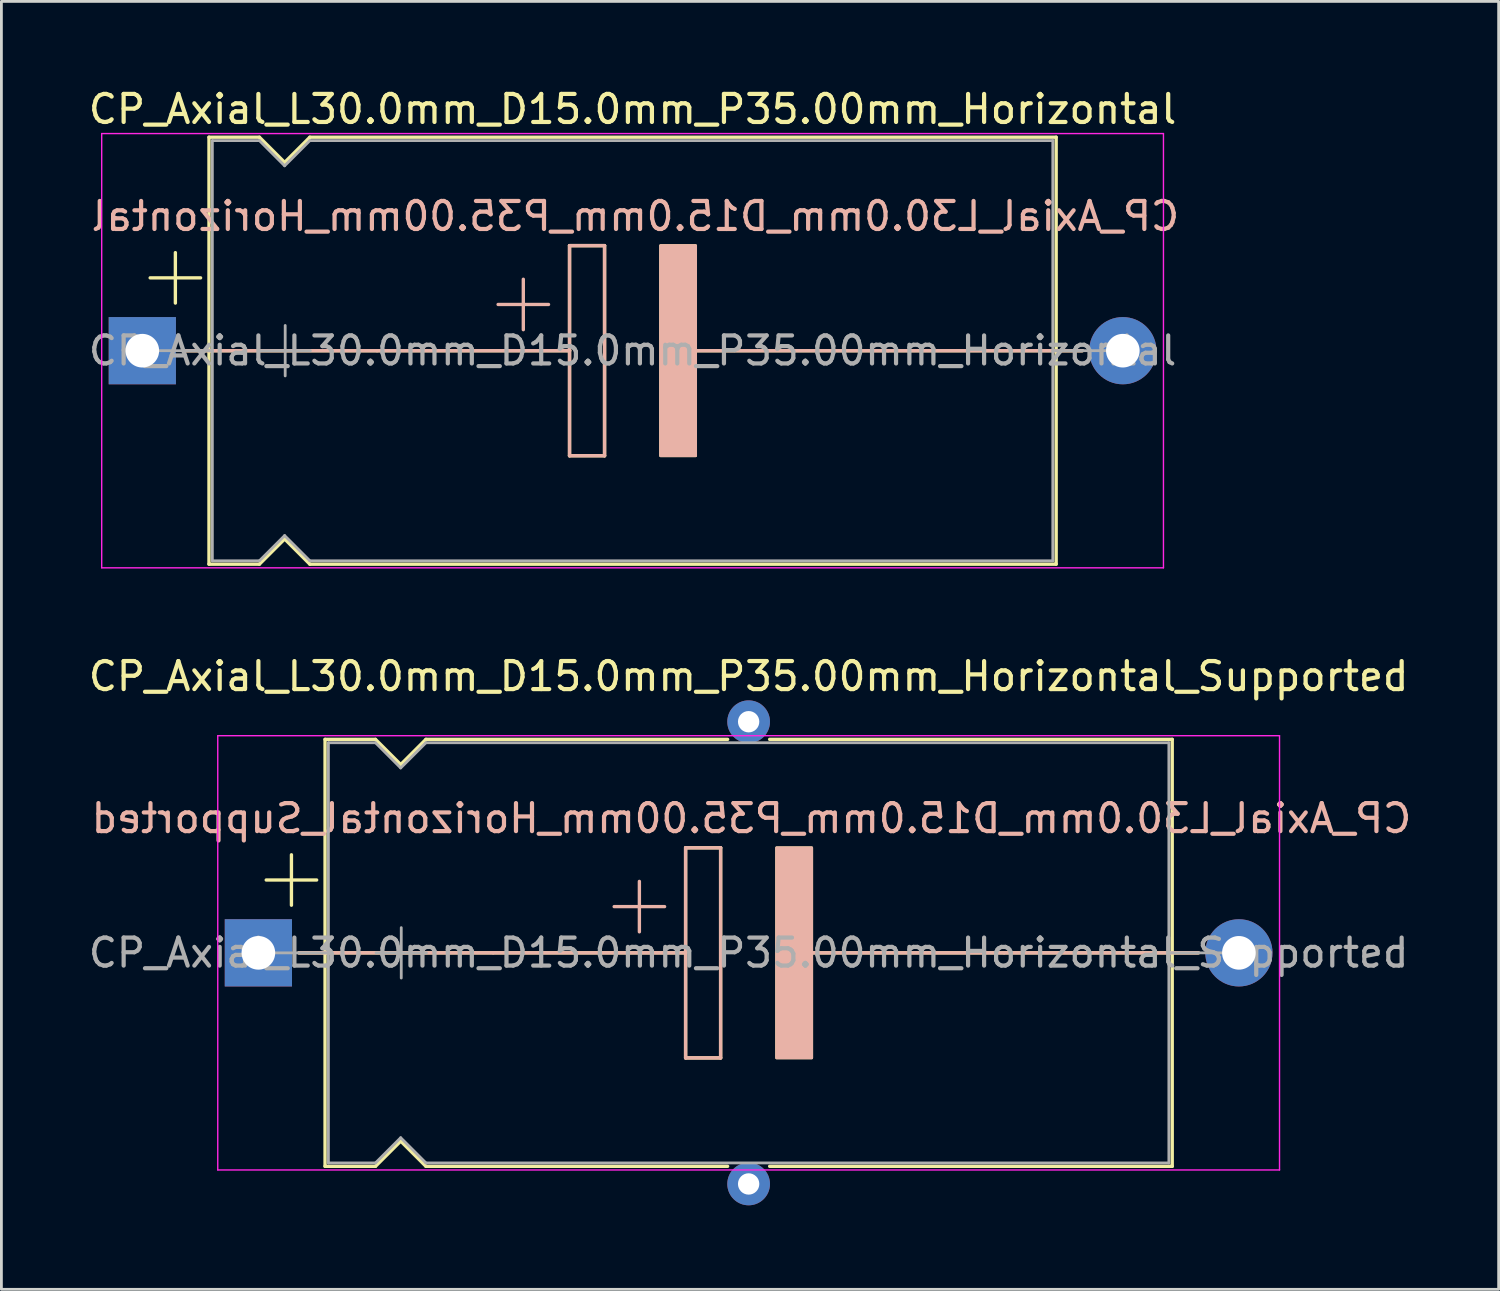
<source format=kicad_pcb>
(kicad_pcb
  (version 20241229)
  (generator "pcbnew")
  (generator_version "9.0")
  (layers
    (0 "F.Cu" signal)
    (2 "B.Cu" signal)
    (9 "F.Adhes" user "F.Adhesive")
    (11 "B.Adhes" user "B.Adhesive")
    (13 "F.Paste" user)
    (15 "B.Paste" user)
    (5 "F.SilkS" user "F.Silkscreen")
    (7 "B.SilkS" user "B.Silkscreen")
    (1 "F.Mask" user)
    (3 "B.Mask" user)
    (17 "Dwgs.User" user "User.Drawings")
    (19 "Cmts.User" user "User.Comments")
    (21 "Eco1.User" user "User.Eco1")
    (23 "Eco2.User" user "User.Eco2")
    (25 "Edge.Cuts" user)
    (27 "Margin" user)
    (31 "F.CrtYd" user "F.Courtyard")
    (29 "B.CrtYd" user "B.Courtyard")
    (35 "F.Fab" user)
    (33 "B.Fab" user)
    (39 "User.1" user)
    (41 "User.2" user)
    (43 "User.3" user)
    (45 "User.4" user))
  (footprint "CP_Axial_L30.0mm_D15.0mm_P35.00mm_Horizontal"
    (layer "F.Cu")
    (at 2.03 9.468)
    (property "Reference" "CP_Axial_L30.0mm_D15.0mm_P35.00mm_Horizontal" (at 17.5 -8.62 0) (layer "F.SilkS") (effects (font (size 1 1) (thickness 0.15))))
    (fp_line (start 0.28 -2.6) (end 2.08 -2.6) (stroke (width 0.12) (type solid)) (layer "F.SilkS"))
    (fp_line (start 1.18 -3.5) (end 1.18 -1.7) (stroke (width 0.12) (type solid)) (layer "F.SilkS"))
    (fp_line (start 1.44 0) (end 2.38 0) (stroke (width 0.12) (type solid)) (layer "F.SilkS"))
    (fp_line (start 2.38 -7.62) (end 2.38 7.62) (stroke (width 0.12) (type solid)) (layer "F.SilkS"))
    (fp_line (start 2.38 -7.62) (end 4.18 -7.62) (stroke (width 0.12) (type solid)) (layer "F.SilkS"))
    (fp_line (start 2.38 0) (end 15.25 0) (stroke (width 0.12) (type solid)) (layer "F.SilkS"))
    (fp_line (start 2.38 7.62) (end 4.18 7.62) (stroke (width 0.12) (type solid)) (layer "F.SilkS"))
    (fp_line (start 4.18 -7.62) (end 5.08 -6.72) (stroke (width 0.12) (type solid)) (layer "F.SilkS"))
    (fp_line (start 4.18 7.62) (end 5.08 6.72) (stroke (width 0.12) (type solid)) (layer "F.SilkS"))
    (fp_line (start 5.08 -6.72) (end 5.98 -7.62) (stroke (width 0.12) (type solid)) (layer "F.SilkS"))
    (fp_line (start 5.08 6.72) (end 5.98 7.62) (stroke (width 0.12) (type solid)) (layer "F.SilkS"))
    (fp_line (start 5.98 -7.62) (end 32.62 -7.62) (stroke (width 0.12) (type solid)) (layer "F.SilkS"))
    (fp_line (start 5.98 7.62) (end 32.62 7.62) (stroke (width 0.12) (type solid)) (layer "F.SilkS"))
    (fp_line (start 15.25 -3.75) (end 16.5 -3.75) (stroke (width 0.12) (type solid)) (layer "F.SilkS"))
    (fp_line (start 15.25 0) (end 15.25 -3.75) (stroke (width 0.12) (type solid)) (layer "F.SilkS"))
    (fp_line (start 15.25 3.75) (end 15.25 0) (stroke (width 0.12) (type solid)) (layer "F.SilkS"))
    (fp_line (start 16.5 -3.75) (end 16.5 3.75) (stroke (width 0.12) (type solid)) (layer "F.SilkS"))
    (fp_line (start 16.5 3.75) (end 15.25 3.75) (stroke (width 0.12) (type solid)) (layer "F.SilkS"))
    (fp_line (start 19.75 0) (end 32.639 0) (stroke (width 0.12) (type solid)) (layer "F.SilkS"))
    (fp_line (start 32.62 -7.62) (end 32.62 7.62) (stroke (width 0.12) (type solid)) (layer "F.SilkS"))
    (fp_line (start 33.56 0) (end 32.62 0) (stroke (width 0.12) (type solid)) (layer "F.SilkS"))
    (fp_poly (pts (xy 19.75 3.75) (xy 18.5 3.75) (xy 18.5 -3.75) (xy 19.75 -3.75)) (stroke (width 0.1) (type solid)) (fill yes) (layer "F.SilkS"))
    (fp_line (start 1.45 0) (end 8.38 0) (stroke (width 0.12) (type solid)) (layer "B.SilkS"))
    (fp_line (start 8.38 0) (end 15.25 0) (stroke (width 0.12) (type solid)) (layer "B.SilkS"))
    (fp_line (start 13.6 -2.55) (end 13.6 -0.75) (stroke (width 0.12) (type solid)) (layer "B.SilkS"))
    (fp_line (start 14.5 -1.65) (end 12.7 -1.65) (stroke (width 0.12) (type solid)) (layer "B.SilkS"))
    (fp_line (start 15.25 -3.75) (end 16.5 -3.75) (stroke (width 0.12) (type solid)) (layer "B.SilkS"))
    (fp_line (start 15.25 0) (end 15.25 -3.75) (stroke (width 0.12) (type solid)) (layer "B.SilkS"))
    (fp_line (start 15.25 3.75) (end 15.25 0) (stroke (width 0.12) (type solid)) (layer "B.SilkS"))
    (fp_line (start 16.5 -3.75) (end 16.5 3.75) (stroke (width 0.12) (type solid)) (layer "B.SilkS"))
    (fp_line (start 16.5 3.75) (end 15.25 3.75) (stroke (width 0.12) (type solid)) (layer "B.SilkS"))
    (fp_line (start 19.75 0) (end 26.62 0) (stroke (width 0.12) (type solid)) (layer "B.SilkS"))
    (fp_line (start 33.55 0) (end 26.62 0) (stroke (width 0.12) (type solid)) (layer "B.SilkS"))
    (fp_poly (pts (xy 19.75 3.75) (xy 18.5 3.75) (xy 18.5 -3.75) (xy 19.75 -3.75)) (stroke (width 0.1) (type solid)) (fill yes) (layer "B.SilkS"))
    (fp_line (start -1.45 -7.75) (end -1.45 7.75) (stroke (width 0.05) (type solid)) (layer "F.CrtYd"))
    (fp_line (start -1.45 7.75) (end 36.45 7.75) (stroke (width 0.05) (type solid)) (layer "F.CrtYd"))
    (fp_line (start 36.45 -7.75) (end -1.45 -7.75) (stroke (width 0.05) (type solid)) (layer "F.CrtYd"))
    (fp_line (start 36.45 7.75) (end 36.45 -7.75) (stroke (width 0.05) (type solid)) (layer "F.CrtYd"))
    (fp_line (start 0 0) (end 2.5 0) (stroke (width 0.1) (type solid)) (layer "F.Fab"))
    (fp_line (start 2.5 -7.5) (end 2.5 7.5) (stroke (width 0.1) (type solid)) (layer "F.Fab"))
    (fp_line (start 2.5 -7.5) (end 4.18 -7.5) (stroke (width 0.1) (type solid)) (layer "F.Fab"))
    (fp_line (start 2.5 7.5) (end 4.18 7.5) (stroke (width 0.1) (type solid)) (layer "F.Fab"))
    (fp_line (start 4.18 -7.5) (end 5.08 -6.6) (stroke (width 0.1) (type solid)) (layer "F.Fab"))
    (fp_line (start 4.18 7.5) (end 5.08 6.6) (stroke (width 0.1) (type solid)) (layer "F.Fab"))
    (fp_line (start 4.2 0) (end 6 0) (stroke (width 0.1) (type solid)) (layer "F.Fab"))
    (fp_line (start 5.08 -6.6) (end 5.98 -7.5) (stroke (width 0.1) (type solid)) (layer "F.Fab"))
    (fp_line (start 5.08 6.6) (end 5.98 7.5) (stroke (width 0.1) (type solid)) (layer "F.Fab"))
    (fp_line (start 5.1 -0.9) (end 5.1 0.9) (stroke (width 0.1) (type solid)) (layer "F.Fab"))
    (fp_line (start 5.98 -7.5) (end 32.5 -7.5) (stroke (width 0.1) (type solid)) (layer "F.Fab"))
    (fp_line (start 5.98 7.5) (end 32.5 7.5) (stroke (width 0.1) (type solid)) (layer "F.Fab"))
    (fp_line (start 32.5 -7.5) (end 32.5 7.5) (stroke (width 0.1) (type solid)) (layer "F.Fab"))
    (fp_line (start 35 0) (end 32.5 0) (stroke (width 0.1) (type solid)) (layer "F.Fab"))
    (fp_text user "${REFERENCE}" (at 17.6 -4.8 0) (layer "B.SilkS") (effects (font (size 1 1) (thickness 0.15)) (justify mirror)))
    (fp_text user "${REFERENCE}" (at 17.5 0 0) (layer "F.Fab") (effects (font (size 1 1) (thickness 0.15))))
    (pad "1" thru_hole rect (at 0 0) (size 2.4 2.4) (drill 1.2) (layers "*.Cu" "*.Mask"))
    (pad "2" thru_hole oval (at 35 0) (size 2.4 2.4) (drill 1.2) (layers "*.Cu" "*.Mask")))
  (footprint "CP_Axial_L30.0mm_D15.0mm_P35.00mm_Horizontal_Supported"
    (layer "F.Cu")
    (at 6.173 30.962)
    (property "Reference" "CP_Axial_L30.0mm_D15.0mm_P35.00mm_Horizontal_Supported" (at 17.5 -9.87 0) (layer "F.SilkS") (effects (font (size 1 1) (thickness 0.15))))
    (fp_line (start 0.28 -2.6) (end 2.08 -2.6) (stroke (width 0.12) (type solid)) (layer "F.SilkS"))
    (fp_line (start 1.18 -3.5) (end 1.18 -1.7) (stroke (width 0.12) (type solid)) (layer "F.SilkS"))
    (fp_line (start 1.44 0) (end 2.38 0) (stroke (width 0.12) (type solid)) (layer "F.SilkS"))
    (fp_line (start 2.38 -7.62) (end 2.38 7.62) (stroke (width 0.12) (type solid)) (layer "F.SilkS"))
    (fp_line (start 2.38 -7.62) (end 4.18 -7.62) (stroke (width 0.12) (type solid)) (layer "F.SilkS"))
    (fp_line (start 2.38 0) (end 15.25 0) (stroke (width 0.12) (type solid)) (layer "F.SilkS"))
    (fp_line (start 2.38 7.62) (end 4.18 7.62) (stroke (width 0.12) (type solid)) (layer "F.SilkS"))
    (fp_line (start 4.18 -7.62) (end 5.08 -6.72) (stroke (width 0.12) (type solid)) (layer "F.SilkS"))
    (fp_line (start 4.18 7.62) (end 5.08 6.72) (stroke (width 0.12) (type solid)) (layer "F.SilkS"))
    (fp_line (start 5.08 -6.72) (end 5.98 -7.62) (stroke (width 0.12) (type solid)) (layer "F.SilkS"))
    (fp_line (start 5.08 6.72) (end 5.98 7.62) (stroke (width 0.12) (type solid)) (layer "F.SilkS"))
    (fp_line (start 5.98 -7.62) (end 16.75 -7.62) (stroke (width 0.12) (type solid)) (layer "F.SilkS"))
    (fp_line (start 5.98 7.62) (end 16.75 7.62) (stroke (width 0.12) (type solid)) (layer "F.SilkS"))
    (fp_line (start 15.25 -3.75) (end 16.5 -3.75) (stroke (width 0.12) (type solid)) (layer "F.SilkS"))
    (fp_line (start 15.25 0) (end 15.25 -3.75) (stroke (width 0.12) (type solid)) (layer "F.SilkS"))
    (fp_line (start 15.25 3.75) (end 15.25 0) (stroke (width 0.12) (type solid)) (layer "F.SilkS"))
    (fp_line (start 16.5 -3.75) (end 16.5 3.75) (stroke (width 0.12) (type solid)) (layer "F.SilkS"))
    (fp_line (start 16.5 3.75) (end 15.25 3.75) (stroke (width 0.12) (type solid)) (layer "F.SilkS"))
    (fp_line (start 18.25 -7.62) (end 32.62 -7.62) (stroke (width 0.12) (type solid)) (layer "F.SilkS"))
    (fp_line (start 18.25 7.62) (end 32.62 7.62) (stroke (width 0.12) (type solid)) (layer "F.SilkS"))
    (fp_line (start 19.75 0) (end 32.62 0) (stroke (width 0.12) (type solid)) (layer "F.SilkS"))
    (fp_line (start 32.62 -7.62) (end 32.62 7.62) (stroke (width 0.12) (type solid)) (layer "F.SilkS"))
    (fp_line (start 33.56 0) (end 32.62 0) (stroke (width 0.12) (type solid)) (layer "F.SilkS"))
    (fp_poly (pts (xy 19.75 3.75) (xy 18.5 3.75) (xy 18.5 -3.75) (xy 19.75 -3.75)) (stroke (width 0.1) (type solid)) (fill yes) (layer "F.SilkS"))
    (fp_line (start 1.45 0) (end 8.38 0) (stroke (width 0.12) (type solid)) (layer "B.SilkS"))
    (fp_line (start 8.38 0) (end 15.25 0) (stroke (width 0.12) (type solid)) (layer "B.SilkS"))
    (fp_line (start 13.6 -2.55) (end 13.6 -0.75) (stroke (width 0.12) (type solid)) (layer "B.SilkS"))
    (fp_line (start 14.5 -1.65) (end 12.7 -1.65) (stroke (width 0.12) (type solid)) (layer "B.SilkS"))
    (fp_line (start 15.25 -3.75) (end 16.5 -3.75) (stroke (width 0.12) (type solid)) (layer "B.SilkS"))
    (fp_line (start 15.25 0) (end 15.25 -3.75) (stroke (width 0.12) (type solid)) (layer "B.SilkS"))
    (fp_line (start 15.25 3.75) (end 15.25 0) (stroke (width 0.12) (type solid)) (layer "B.SilkS"))
    (fp_line (start 16.5 -3.75) (end 16.5 3.75) (stroke (width 0.12) (type solid)) (layer "B.SilkS"))
    (fp_line (start 16.5 3.75) (end 15.25 3.75) (stroke (width 0.12) (type solid)) (layer "B.SilkS"))
    (fp_line (start 19.75 0) (end 26.62 0) (stroke (width 0.12) (type solid)) (layer "B.SilkS"))
    (fp_line (start 33.55 0) (end 26.62 0) (stroke (width 0.12) (type solid)) (layer "B.SilkS"))
    (fp_poly (pts (xy 19.75 3.75) (xy 18.5 3.75) (xy 18.5 -3.75) (xy 19.75 -3.75)) (stroke (width 0.1) (type solid)) (fill yes) (layer "B.SilkS"))
    (fp_line (start -1.45 -7.75) (end -1.45 7.75) (stroke (width 0.05) (type solid)) (layer "F.CrtYd"))
    (fp_line (start -1.45 7.75) (end 36.45 7.75) (stroke (width 0.05) (type solid)) (layer "F.CrtYd"))
    (fp_line (start 36.45 -7.75) (end -1.45 -7.75) (stroke (width 0.05) (type solid)) (layer "F.CrtYd"))
    (fp_line (start 36.45 7.75) (end 36.45 -7.75) (stroke (width 0.05) (type solid)) (layer "F.CrtYd"))
    (fp_line (start 0 0) (end 2.5 0) (stroke (width 0.1) (type solid)) (layer "F.Fab"))
    (fp_line (start 2.5 -7.5) (end 2.5 7.5) (stroke (width 0.1) (type solid)) (layer "F.Fab"))
    (fp_line (start 2.5 -7.5) (end 4.18 -7.5) (stroke (width 0.1) (type solid)) (layer "F.Fab"))
    (fp_line (start 2.5 7.5) (end 4.18 7.5) (stroke (width 0.1) (type solid)) (layer "F.Fab"))
    (fp_line (start 4.18 -7.5) (end 5.08 -6.6) (stroke (width 0.1) (type solid)) (layer "F.Fab"))
    (fp_line (start 4.18 7.5) (end 5.08 6.6) (stroke (width 0.1) (type solid)) (layer "F.Fab"))
    (fp_line (start 4.2 0) (end 6 0) (stroke (width 0.1) (type solid)) (layer "F.Fab"))
    (fp_line (start 5.08 -6.6) (end 5.98 -7.5) (stroke (width 0.1) (type solid)) (layer "F.Fab"))
    (fp_line (start 5.08 6.6) (end 5.98 7.5) (stroke (width 0.1) (type solid)) (layer "F.Fab"))
    (fp_line (start 5.1 -0.9) (end 5.1 0.9) (stroke (width 0.1) (type solid)) (layer "F.Fab"))
    (fp_line (start 5.98 -7.5) (end 32.5 -7.5) (stroke (width 0.1) (type solid)) (layer "F.Fab"))
    (fp_line (start 5.98 7.5) (end 32.5 7.5) (stroke (width 0.1) (type solid)) (layer "F.Fab"))
    (fp_line (start 32.5 -7.5) (end 32.5 7.5) (stroke (width 0.1) (type solid)) (layer "F.Fab"))
    (fp_line (start 35 0) (end 32.5 0) (stroke (width 0.1) (type solid)) (layer "F.Fab"))
    (fp_text user "${REFERENCE}" (at 17.6 -4.8 0) (layer "B.SilkS") (effects (font (size 1 1) (thickness 0.15)) (justify mirror)))
    (fp_text user "${REFERENCE}" (at 17.5 0 0) (layer "F.Fab") (effects (font (size 1 1) (thickness 0.15))))
    (pad "" thru_hole circle (at 17.5 -8.25) (size 1.524 1.524) (drill 0.762) (layers "*.Cu" "*.Mask"))
    (pad "" thru_hole circle (at 17.5 8.25) (size 1.524 1.524) (drill 0.762) (layers "*.Cu" "*.Mask"))
    (pad "1" thru_hole rect (at 0 0) (size 2.4 2.4) (drill 1.2) (layers "*.Cu" "*.Mask"))
    (pad "2" thru_hole oval (at 35 0) (size 2.4 2.4) (drill 1.2) (layers "*.Cu" "*.Mask")))
  (gr_rect
    (start -3 -3)
    (end 50.445 42.974)
    (stroke (width 0.1) (type default))
    (fill no)
    (layer "Edge.Cuts")))
</source>
